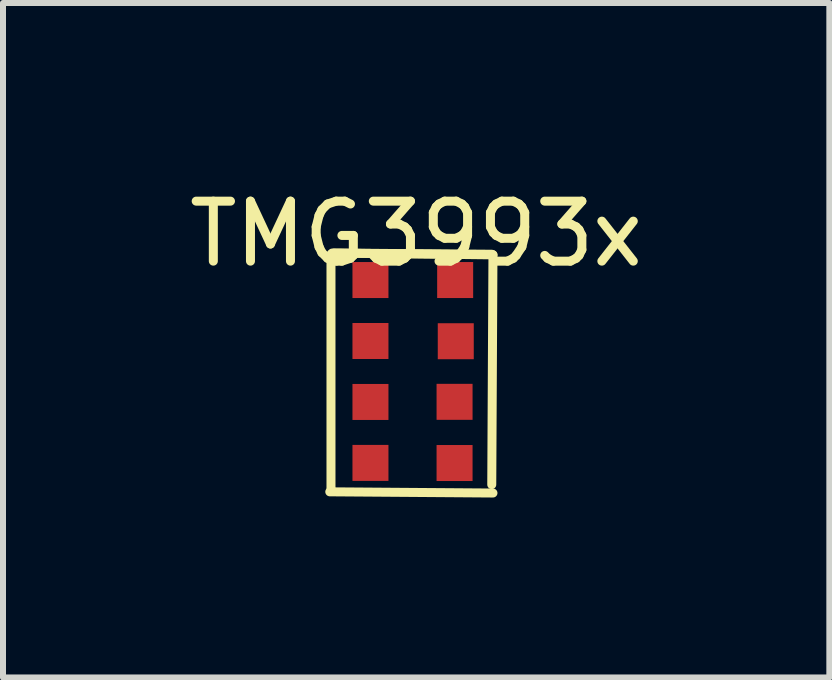
<source format=kicad_pcb>
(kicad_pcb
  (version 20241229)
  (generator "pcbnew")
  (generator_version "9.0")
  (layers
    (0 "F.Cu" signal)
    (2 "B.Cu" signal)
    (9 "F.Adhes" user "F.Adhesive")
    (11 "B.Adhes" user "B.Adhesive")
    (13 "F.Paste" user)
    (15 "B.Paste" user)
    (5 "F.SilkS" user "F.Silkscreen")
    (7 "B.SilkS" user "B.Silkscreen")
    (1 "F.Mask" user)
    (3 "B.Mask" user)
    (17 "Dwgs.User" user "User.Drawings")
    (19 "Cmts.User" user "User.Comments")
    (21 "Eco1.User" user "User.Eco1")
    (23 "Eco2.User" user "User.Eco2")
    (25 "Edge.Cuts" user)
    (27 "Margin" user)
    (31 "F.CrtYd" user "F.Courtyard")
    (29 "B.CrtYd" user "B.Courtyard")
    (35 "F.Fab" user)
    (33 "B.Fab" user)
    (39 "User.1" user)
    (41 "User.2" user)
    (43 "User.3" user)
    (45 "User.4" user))
  (footprint "TMG3993x"
    (layer "F.Cu")
    (at 3.887 0.348)
    (property "Reference" "TMG3993x" (at 0 0.5 0) (layer "F.SilkS") (effects (font (size 1 1) (thickness 0.15))))
    (attr through_hole)
    (fp_line (start -1.44 4.8) (end 1.28 4.82) (stroke (width 0.15) (type solid)) (layer "F.SilkS"))
    (fp_line (start -1.42 0.84) (end -1.42 4.77) (stroke (width 0.15) (type solid)) (layer "F.SilkS"))
    (fp_line (start -1.37 0.82) (end 1.28 0.85) (stroke (width 0.15) (type solid)) (layer "F.SilkS"))
    (fp_line (start 1.26 0.84) (end -1.4 0.82) (stroke (width 0.15) (type solid)) (layer "F.SilkS"))
    (fp_line (start 1.28 0.85) (end 1.26 4.68) (stroke (width 0.15) (type solid)) (layer "F.SilkS"))
    (pad "1" smd rect (at -0.762 1.27) (size 0.6 0.6) (layers "F.Cu" "F.Mask" "F.Paste"))
    (pad "2" smd rect (at -0.762 2.286) (size 0.6 0.6) (layers "F.Cu" "F.Mask" "F.Paste"))
    (pad "3" smd rect (at -0.762 3.302) (size 0.6 0.6) (layers "F.Cu" "F.Mask" "F.Paste"))
    (pad "4" smd rect (at -0.762 4.318) (size 0.6 0.6) (layers "F.Cu" "F.Mask" "F.Paste"))
    (pad "5" smd rect (at 0.64 4.32) (size 0.6 0.6) (layers "F.Cu" "F.Mask" "F.Paste"))
    (pad "6" smd rect (at 0.64 3.3) (size 0.6 0.6) (layers "F.Cu" "F.Mask" "F.Paste"))
    (pad "7" smd rect (at 0.66 2.29) (size 0.6 0.6) (layers "F.Cu" "F.Mask" "F.Paste"))
    (pad "8" smd rect (at 0.65 1.27) (size 0.6 0.6) (layers "F.Cu" "F.Mask" "F.Paste")))
  (gr_rect
    (start -3 -3)
    (end 10.774 8.243)
    (stroke (width 0.1) (type default))
    (fill no)
    (layer "Edge.Cuts")))
</source>
